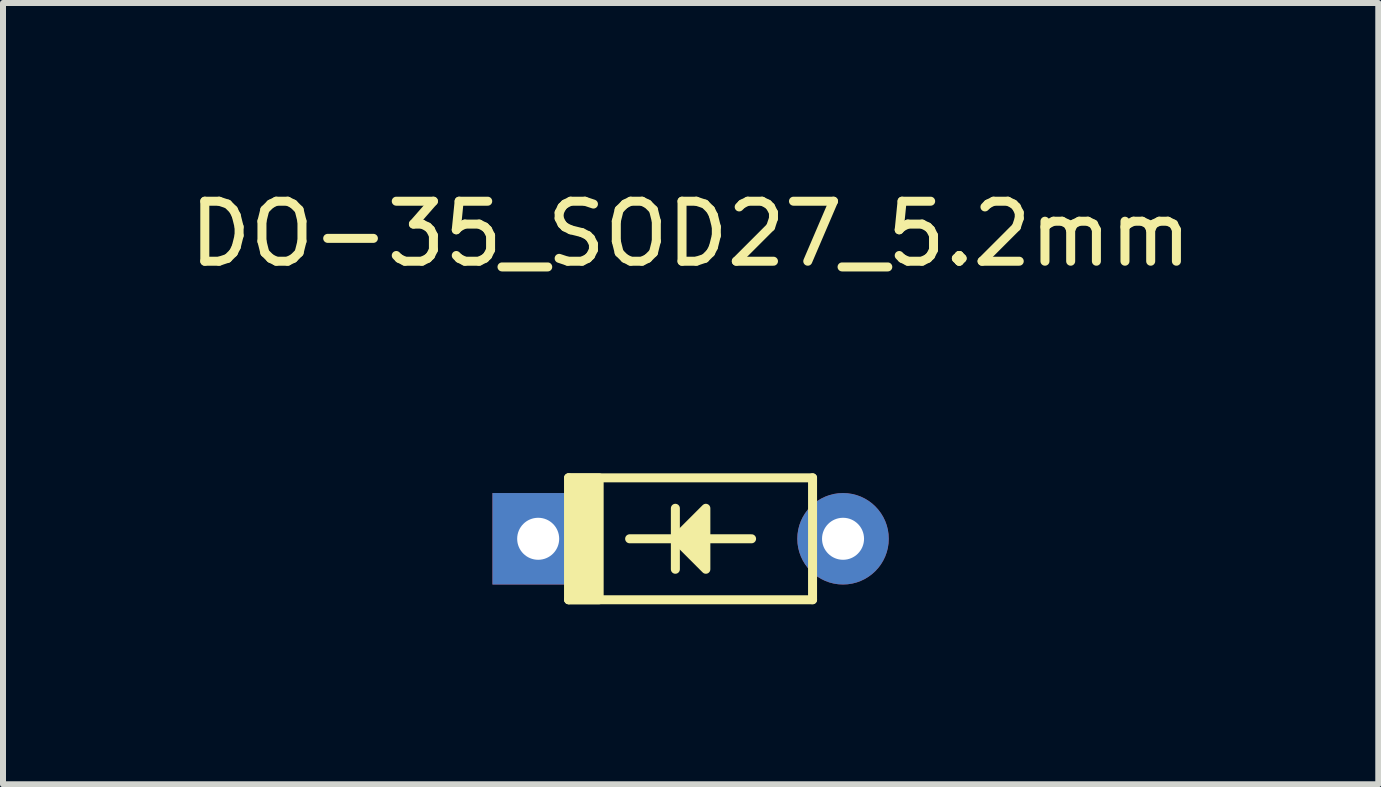
<source format=kicad_pcb>
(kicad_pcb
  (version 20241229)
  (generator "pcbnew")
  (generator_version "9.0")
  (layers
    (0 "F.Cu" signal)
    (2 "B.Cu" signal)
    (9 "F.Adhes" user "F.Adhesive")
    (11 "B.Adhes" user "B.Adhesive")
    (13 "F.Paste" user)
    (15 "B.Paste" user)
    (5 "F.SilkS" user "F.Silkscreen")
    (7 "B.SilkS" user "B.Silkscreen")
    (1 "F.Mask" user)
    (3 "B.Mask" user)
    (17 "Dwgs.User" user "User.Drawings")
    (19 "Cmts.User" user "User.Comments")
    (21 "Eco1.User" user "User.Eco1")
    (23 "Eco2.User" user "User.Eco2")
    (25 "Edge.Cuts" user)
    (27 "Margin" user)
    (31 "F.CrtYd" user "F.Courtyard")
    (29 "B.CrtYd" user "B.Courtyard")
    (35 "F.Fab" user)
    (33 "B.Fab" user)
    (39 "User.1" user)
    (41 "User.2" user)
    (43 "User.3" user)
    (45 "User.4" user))
  (footprint "DO-35_SOD27_5.2mm"
    (layer "F.Cu")
    (at 8.458 5.928)
    (property "Reference" "DO-35_SOD27_5.2mm" (at 0 -5.08 0) (layer "F.SilkS") (effects (font (size 1 1) (thickness 0.15))))
    (attr through_hole)
    (fp_line (start -2.032 -1.016) (end -2.032 1.016) (stroke (width 0.15) (type solid)) (layer "F.SilkS"))
    (fp_line (start -2.032 1.016) (end 2.032 1.016) (stroke (width 0.15) (type solid)) (layer "F.SilkS"))
    (fp_line (start -0.254 -0.508) (end -0.254 0.508) (stroke (width 0.15) (type solid)) (layer "F.SilkS"))
    (fp_line (start -0.254 0) (end -1.016 0) (stroke (width 0.15) (type solid)) (layer "F.SilkS"))
    (fp_line (start 1.016 0) (end 0.254 0) (stroke (width 0.15) (type solid)) (layer "F.SilkS"))
    (fp_line (start 2.032 -1.016) (end -2.032 -1.016) (stroke (width 0.15) (type solid)) (layer "F.SilkS"))
    (fp_line (start 2.032 1.016) (end 2.032 -1.016) (stroke (width 0.15) (type solid)) (layer "F.SilkS"))
    (fp_poly (pts (xy 0.254 -0.508) (xy -0.254 0) (xy 0.254 0.508)) (stroke (width 0.15) (type solid)) (fill yes) (layer "F.SilkS"))
    (fp_poly (pts (xy -2.032 -1.016) (xy -1.524 -1.016) (xy -1.524 1.016) (xy -2.032 1.016)) (stroke (width 0.15) (type solid)) (fill yes) (layer "F.SilkS"))
    (pad "1" thru_hole rect (at -2.54 0) (size 1.524 1.524) (drill 0.7) (layers "*.Cu" "*.Mask"))
    (pad "2" thru_hole circle (at 2.54 0) (size 1.524 1.524) (drill 0.7) (layers "*.Cu" "*.Mask")))
  (gr_rect
    (start -3 -3)
    (end 19.917 10.019)
    (stroke (width 0.1) (type default))
    (fill no)
    (layer "Edge.Cuts")))
</source>
